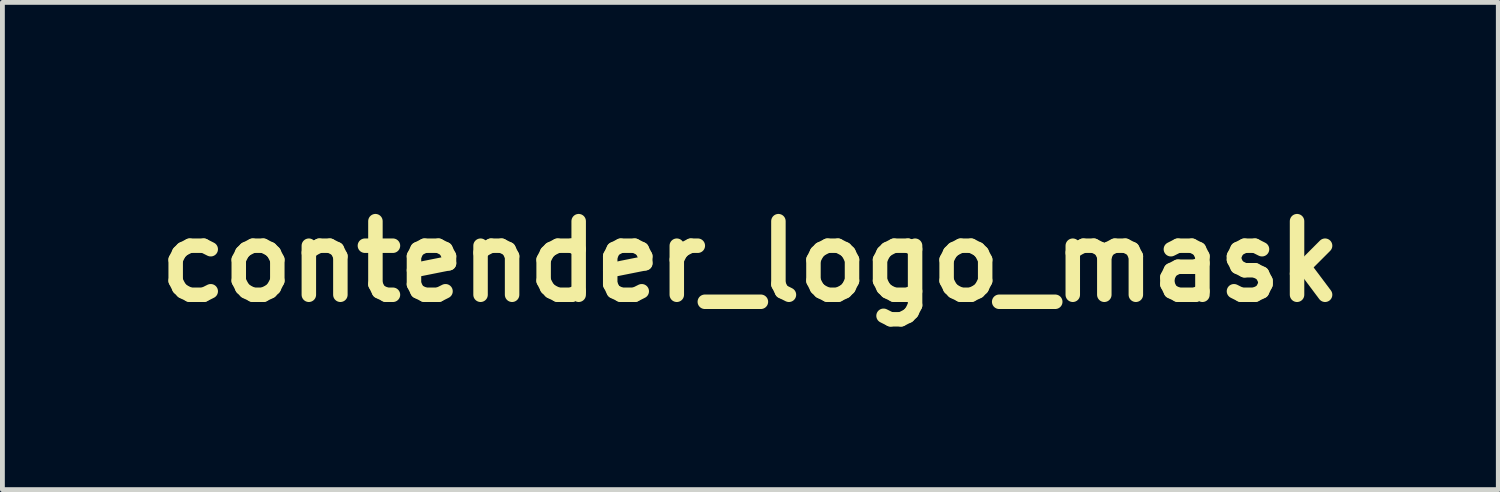
<source format=kicad_pcb>
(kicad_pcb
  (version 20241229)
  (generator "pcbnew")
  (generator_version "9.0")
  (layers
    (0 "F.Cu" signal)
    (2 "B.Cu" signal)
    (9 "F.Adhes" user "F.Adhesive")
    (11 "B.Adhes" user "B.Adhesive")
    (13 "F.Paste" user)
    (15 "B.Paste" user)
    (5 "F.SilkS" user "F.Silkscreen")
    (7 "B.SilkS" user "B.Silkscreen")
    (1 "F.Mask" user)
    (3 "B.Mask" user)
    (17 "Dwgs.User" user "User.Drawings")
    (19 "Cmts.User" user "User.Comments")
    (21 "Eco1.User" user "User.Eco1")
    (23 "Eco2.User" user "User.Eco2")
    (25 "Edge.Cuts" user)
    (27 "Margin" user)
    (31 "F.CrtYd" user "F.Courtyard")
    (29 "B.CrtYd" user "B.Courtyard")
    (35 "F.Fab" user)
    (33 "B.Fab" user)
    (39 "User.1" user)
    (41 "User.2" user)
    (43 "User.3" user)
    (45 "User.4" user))
  (footprint "contender_logo_mask"
    (layer "F.Cu")
    (at 12.49 2.365)
    (property "Reference" "contender_logo_mask" (at 0 0 0) (layer "F.SilkS") (effects (font (size 1.524 1.524) (thickness 0.3))))
    (attr through_hole)
    (fp_poly (pts (xy 8.06 -1.285) (xy 8.158 -1.266) (xy 8.257 -1.232) (xy 8.354 -1.183) (xy 8.446 -1.122) (xy 8.53 -1.052) (xy 8.602 -0.973) (xy 8.639 -0.92) (xy 8.683 -0.836) (xy 8.712 -0.741) (xy 8.727 -0.64) (xy 8.727 -0.535) (xy 8.717 -0.456) (xy 8.69 -0.344) (xy 8.651 -0.229) (xy 8.602 -0.114) (xy 8.545 -0.002) (xy 8.481 0.106) (xy 8.411 0.207) (xy 8.337 0.299) (xy 8.261 0.379) (xy 8.183 0.445) (xy 8.106 0.494) (xy 8.104 0.495) (xy 7.983 0.55) (xy 7.849 0.595) (xy 7.704 0.63) (xy 7.55 0.654) (xy 7.391 0.666) (xy 7.302 0.668) (xy 7.16 0.663) (xy 7.031 0.649) (xy 6.915 0.625) (xy 6.808 0.59) (xy 6.748 0.565) (xy 6.671 0.528) (xy 6.661 0.558) (xy 6.646 0.625) (xy 6.645 0.682) (xy 6.661 0.729) (xy 6.692 0.767) (xy 6.741 0.799) (xy 6.8 0.822) (xy 6.931 0.856) (xy 7.071 0.878) (xy 7.214 0.889) (xy 7.354 0.886) (xy 7.379 0.884) (xy 7.498 0.871) (xy 7.613 0.852) (xy 7.727 0.825) (xy 7.846 0.791) (xy 7.973 0.747) (xy 8.068 0.71) (xy 8.123 0.688) (xy 8.176 0.668) (xy 8.224 0.651) (xy 8.262 0.639) (xy 8.279 0.634) (xy 8.33 0.625) (xy 8.378 0.623) (xy 8.418 0.629) (xy 8.446 0.642) (xy 8.447 0.643) (xy 8.452 0.647) (xy 8.457 0.648) (xy 8.463 0.642) (xy 8.47 0.63) (xy 8.48 0.608) (xy 8.492 0.574) (xy 8.508 0.528) (xy 8.529 0.467) (xy 8.545 0.421) (xy 8.624 0.196) (xy 8.704 -0.021) (xy 8.786 -0.227) (xy 8.868 -0.421) (xy 8.95 -0.601) (xy 9.032 -0.767) (xy 9.112 -0.916) (xy 9.157 -0.995) (xy 9.218 -1.088) (xy 9.278 -1.162) (xy 9.339 -1.218) (xy 9.401 -1.256) (xy 9.464 -1.275) (xy 9.528 -1.278) (xy 9.594 -1.262) (xy 9.599 -1.26) (xy 9.652 -1.233) (xy 9.706 -1.189) (xy 9.759 -1.134) (xy 9.809 -1.069) (xy 9.853 -0.997) (xy 9.889 -0.923) (xy 9.897 -0.9) (xy 9.908 -0.87) (xy 9.917 -0.848) (xy 9.921 -0.839) (xy 9.928 -0.843) (xy 9.948 -0.856) (xy 9.975 -0.875) (xy 9.985 -0.883) (xy 10.073 -0.941) (xy 10.16 -0.986) (xy 10.244 -1.016) (xy 10.323 -1.031) (xy 10.384 -1.031) (xy 10.471 -1.013) (xy 10.555 -0.978) (xy 10.633 -0.929) (xy 10.705 -0.867) (xy 10.768 -0.794) (xy 10.821 -0.712) (xy 10.862 -0.623) (xy 10.889 -0.53) (xy 10.901 -0.442) (xy 10.899 -0.366) (xy 10.887 -0.304) (xy 10.863 -0.251) (xy 10.826 -0.206) (xy 10.779 -0.17) (xy 10.726 -0.149) (xy 10.667 -0.143) (xy 10.599 -0.153) (xy 10.571 -0.16) (xy 10.519 -0.167) (xy 10.456 -0.159) (xy 10.381 -0.139) (xy 10.297 -0.105) (xy 10.279 -0.096) (xy 10.151 -0.026) (xy 10.02 0.062) (xy 9.887 0.169) (xy 9.753 0.294) (xy 9.616 0.437) (xy 9.479 0.597) (xy 9.339 0.775) (xy 9.199 0.971) (xy 9.151 1.041) (xy 9.12 1.087) (xy 9.097 1.123) (xy 9.078 1.155) (xy 9.063 1.185) (xy 9.049 1.219) (xy 9.034 1.259) (xy 9.017 1.311) (xy 9.003 1.356) (xy 8.976 1.436) (xy 8.953 1.499) (xy 8.932 1.549) (xy 8.911 1.588) (xy 8.89 1.618) (xy 8.867 1.641) (xy 8.849 1.655) (xy 8.81 1.679) (xy 8.775 1.691) (xy 8.737 1.695) (xy 8.728 1.695) (xy 8.676 1.685) (xy 8.624 1.658) (xy 8.574 1.617) (xy 8.528 1.562) (xy 8.486 1.496) (xy 8.449 1.42) (xy 8.419 1.337) (xy 8.398 1.249) (xy 8.385 1.156) (xy 8.384 1.143) (xy 8.377 1.05) (xy 8.328 1.116) (xy 8.254 1.204) (xy 8.166 1.285) (xy 8.063 1.362) (xy 7.943 1.434) (xy 7.85 1.482) (xy 7.676 1.558) (xy 7.491 1.621) (xy 7.301 1.671) (xy 7.154 1.699) (xy 7.118 1.703) (xy 7.068 1.707) (xy 7.01 1.711) (xy 6.946 1.714) (xy 6.881 1.717) (xy 6.818 1.718) (xy 6.761 1.719) (xy 6.715 1.718) (xy 6.682 1.717) (xy 6.675 1.716) (xy 6.528 1.687) (xy 6.396 1.649) (xy 6.279 1.601) (xy 6.178 1.543) (xy 6.092 1.476) (xy 6.023 1.4) (xy 5.969 1.314) (xy 5.932 1.22) (xy 5.921 1.176) (xy 5.912 1.111) (xy 5.911 1.032) (xy 5.915 0.939) (xy 5.926 0.836) (xy 5.944 0.724) (xy 5.965 0.613) (xy 5.999 0.483) (xy 6.044 0.344) (xy 6.098 0.203) (xy 6.161 0.064) (xy 6.228 -0.069) (xy 6.232 -0.075) (xy 7.263 -0.075) (xy 7.271 -0.067) (xy 7.295 -0.062) (xy 7.331 -0.058) (xy 7.376 -0.057) (xy 7.425 -0.057) (xy 7.476 -0.06) (xy 7.526 -0.065) (xy 7.57 -0.071) (xy 7.589 -0.075) (xy 7.685 -0.106) (xy 7.776 -0.152) (xy 7.858 -0.21) (xy 7.93 -0.279) (xy 7.987 -0.354) (xy 8.001 -0.379) (xy 8.027 -0.426) (xy 7.981 -0.419) (xy 7.889 -0.401) (xy 7.787 -0.373) (xy 7.683 -0.337) (xy 7.581 -0.295) (xy 7.487 -0.248) (xy 7.454 -0.23) (xy 7.416 -0.206) (xy 7.376 -0.178) (xy 7.337 -0.149) (xy 7.304 -0.121) (xy 7.279 -0.098) (xy 7.265 -0.08) (xy 7.263 -0.075) (xy 6.232 -0.075) (xy 6.299 -0.189) (xy 6.317 -0.216) (xy 6.432 -0.374) (xy 6.559 -0.524) (xy 6.696 -0.665) (xy 6.843 -0.795) (xy 6.997 -0.912) (xy 7.156 -1.016) (xy 7.319 -1.104) (xy 7.483 -1.176) (xy 7.559 -1.203) (xy 7.658 -1.233) (xy 7.758 -1.256) (xy 7.854 -1.274) (xy 7.943 -1.284) (xy 8.021 -1.287) (xy 8.06 -1.285)) (stroke (width 0.01) (type solid)) (fill yes) (layer "F.Mask"))
    (fp_poly (pts (xy 6.593 -2.35) (xy 6.655 -2.322) (xy 6.688 -2.3) (xy 6.747 -2.246) (xy 6.803 -2.178) (xy 6.852 -2.097) (xy 6.895 -2.008) (xy 6.928 -1.914) (xy 6.95 -1.819) (xy 6.958 -1.749) (xy 6.961 -1.702) (xy 6.959 -1.662) (xy 6.953 -1.625) (xy 6.94 -1.587) (xy 6.92 -1.546) (xy 6.892 -1.498) (xy 6.853 -1.438) (xy 6.849 -1.432) (xy 6.736 -1.255) (xy 6.621 -1.061) (xy 6.503 -0.852) (xy 6.385 -0.631) (xy 6.267 -0.398) (xy 6.15 -0.156) (xy 6.035 0.094) (xy 5.949 0.289) (xy 5.873 0.47) (xy 5.807 0.641) (xy 5.749 0.807) (xy 5.698 0.972) (xy 5.652 1.142) (xy 5.62 1.273) (xy 5.602 1.349) (xy 5.585 1.409) (xy 5.569 1.456) (xy 5.554 1.492) (xy 5.537 1.52) (xy 5.517 1.543) (xy 5.504 1.555) (xy 5.455 1.584) (xy 5.4 1.597) (xy 5.339 1.594) (xy 5.274 1.575) (xy 5.208 1.541) (xy 5.141 1.492) (xy 5.114 1.467) (xy 5.078 1.43) (xy 5.042 1.389) (xy 5.012 1.349) (xy 5.005 1.339) (xy 4.963 1.275) (xy 4.84 1.349) (xy 4.681 1.439) (xy 4.529 1.512) (xy 4.382 1.569) (xy 4.239 1.61) (xy 4.1 1.635) (xy 4.036 1.642) (xy 3.936 1.64) (xy 3.838 1.621) (xy 3.742 1.586) (xy 3.651 1.536) (xy 3.567 1.473) (xy 3.491 1.397) (xy 3.426 1.311) (xy 3.372 1.215) (xy 3.343 1.143) (xy 3.332 1.108) (xy 3.324 1.079) (xy 3.32 1.048) (xy 3.318 1.011) (xy 3.317 0.962) (xy 3.317 0.95) (xy 3.326 0.817) (xy 3.34 0.736) (xy 4.065 0.736) (xy 4.068 0.749) (xy 4.077 0.759) (xy 4.083 0.764) (xy 4.101 0.774) (xy 4.126 0.778) (xy 4.159 0.775) (xy 4.204 0.766) (xy 4.261 0.75) (xy 4.304 0.737) (xy 4.401 0.702) (xy 4.49 0.661) (xy 4.578 0.612) (xy 4.614 0.589) (xy 4.69 0.535) (xy 4.77 0.472) (xy 4.849 0.402) (xy 4.924 0.33) (xy 4.991 0.259) (xy 5.045 0.192) (xy 5.048 0.188) (xy 5.078 0.146) (xy 5.103 0.106) (xy 5.123 0.07) (xy 5.137 0.041) (xy 5.141 0.023) (xy 5.14 0.019) (xy 5.118 0.007) (xy 5.083 -0.006) (xy 5.038 -0.017) (xy 4.989 -0.025) (xy 4.94 -0.03) (xy 4.915 -0.031) (xy 4.873 -0.03) (xy 4.84 -0.027) (xy 4.81 -0.02) (xy 4.775 -0.008) (xy 4.746 0.004) (xy 4.62 0.063) (xy 4.504 0.13) (xy 4.399 0.206) (xy 4.306 0.287) (xy 4.226 0.374) (xy 4.161 0.464) (xy 4.111 0.557) (xy 4.079 0.651) (xy 4.072 0.681) (xy 4.066 0.715) (xy 4.065 0.736) (xy 3.34 0.736) (xy 3.35 0.681) (xy 3.381 0.569) (xy 3.391 0.536) (xy 3.398 0.511) (xy 3.399 0.499) (xy 3.399 0.499) (xy 3.394 0.507) (xy 3.382 0.529) (xy 3.365 0.562) (xy 3.345 0.603) (xy 3.335 0.623) (xy 3.285 0.73) (xy 3.243 0.824) (xy 3.208 0.908) (xy 3.177 0.987) (xy 3.151 1.063) (xy 3.128 1.141) (xy 3.105 1.223) (xy 3.083 1.313) (xy 3.082 1.321) (xy 3.061 1.406) (xy 3.042 1.475) (xy 3.023 1.529) (xy 3.004 1.572) (xy 2.983 1.605) (xy 2.96 1.63) (xy 2.932 1.65) (xy 2.91 1.661) (xy 2.875 1.677) (xy 2.844 1.683) (xy 2.807 1.682) (xy 2.806 1.682) (xy 2.757 1.675) (xy 2.714 1.659) (xy 2.672 1.632) (xy 2.626 1.592) (xy 2.614 1.581) (xy 2.577 1.54) (xy 2.546 1.498) (xy 2.517 1.447) (xy 2.508 1.43) (xy 2.48 1.368) (xy 2.458 1.313) (xy 2.443 1.261) (xy 2.432 1.205) (xy 2.426 1.143) (xy 2.424 1.069) (xy 2.423 1.021) (xy 2.423 0.957) (xy 2.424 0.907) (xy 2.427 0.868) (xy 2.43 0.836) (xy 2.436 0.806) (xy 2.444 0.775) (xy 2.445 0.771) (xy 2.468 0.694) (xy 2.5 0.604) (xy 2.54 0.502) (xy 2.585 0.393) (xy 2.636 0.278) (xy 2.691 0.161) (xy 2.737 0.067) (xy 2.759 0.021) (xy 2.778 -0.018) (xy 2.792 -0.049) (xy 2.8 -0.067) (xy 2.801 -0.072) (xy 2.792 -0.068) (xy 2.772 -0.053) (xy 2.742 -0.029) (xy 2.706 0.002) (xy 2.665 0.039) (xy 2.622 0.078) (xy 2.578 0.119) (xy 2.537 0.16) (xy 2.499 0.197) (xy 2.488 0.208) (xy 2.382 0.322) (xy 2.277 0.441) (xy 2.17 0.568) (xy 2.061 0.707) (xy 1.955 0.847) (xy 1.92 0.894) (xy 1.881 0.948) (xy 1.84 1.006) (xy 1.798 1.067) (xy 1.756 1.127) (xy 1.716 1.186) (xy 1.679 1.241) (xy 1.646 1.289) (xy 1.62 1.33) (xy 1.601 1.36) (xy 1.591 1.379) (xy 1.59 1.382) (xy 1.584 1.403) (xy 1.57 1.434) (xy 1.549 1.469) (xy 1.525 1.506) (xy 1.501 1.537) (xy 1.487 1.553) (xy 1.44 1.59) (xy 1.388 1.614) (xy 1.337 1.624) (xy 1.308 1.622) (xy 1.244 1.601) (xy 1.182 1.563) (xy 1.124 1.51) (xy 1.07 1.445) (xy 1.024 1.368) (xy 0.985 1.282) (xy 0.956 1.189) (xy 0.94 1.111) (xy 0.928 1.036) (xy 0.884 1.099) (xy 0.824 1.175) (xy 0.756 1.245) (xy 0.679 1.311) (xy 0.589 1.373) (xy 0.485 1.434) (xy 0.372 1.492) (xy 0.23 1.554) (xy 0.081 1.606) (xy -0.072 1.65) (xy -0.227 1.683) (xy -0.381 1.707) (xy -0.531 1.719) (xy -0.674 1.721) (xy -0.807 1.71) (xy -0.856 1.703) (xy -0.992 1.672) (xy -1.115 1.63) (xy -1.223 1.579) (xy -1.317 1.517) (xy -1.396 1.445) (xy -1.459 1.364) (xy -1.506 1.275) (xy -1.53 1.202) (xy -1.538 1.161) (xy -1.543 1.108) (xy -1.545 1.047) (xy -1.545 0.986) (xy -1.542 0.93) (xy -1.539 0.902) (xy -1.533 0.861) (xy -1.563 0.898) (xy -1.59 0.93) (xy -1.629 0.971) (xy -1.676 1.019) (xy -1.729 1.071) (xy -1.784 1.123) (xy -1.838 1.174) (xy -1.889 1.22) (xy -1.934 1.259) (xy -1.952 1.273) (xy -2.046 1.346) (xy -2.143 1.414) (xy -2.238 1.477) (xy -2.329 1.532) (xy -2.415 1.578) (xy -2.491 1.613) (xy -2.531 1.628) (xy -2.613 1.646) (xy -2.701 1.649) (xy -2.791 1.636) (xy -2.882 1.609) (xy -2.972 1.57) (xy -3.057 1.518) (xy -3.137 1.456) (xy -3.209 1.384) (xy -3.27 1.304) (xy -3.31 1.236) (xy -3.339 1.172) (xy -3.358 1.115) (xy -3.37 1.056) (xy -3.375 0.997) (xy -3.376 0.955) (xy -3.375 0.92) (xy -3.371 0.886) (xy -3.363 0.847) (xy -3.351 0.8) (xy -3.316 0.682) (xy -3.274 0.553) (xy -3.224 0.416) (xy -3.168 0.273) (xy -3.108 0.13) (xy -3.045 -0.01) (xy -2.981 -0.144) (xy -2.972 -0.161) (xy -2.956 -0.194) (xy -2.943 -0.221) (xy -2.936 -0.236) (xy -2.935 -0.239) (xy -2.943 -0.245) (xy -2.962 -0.258) (xy -2.98 -0.269) (xy -3.015 -0.291) (xy -3.052 -0.317) (xy -3.065 -0.327) (xy -3.09 -0.346) (xy -3.105 -0.352) (xy -3.113 -0.349) (xy -3.115 -0.347) (xy -3.122 -0.331) (xy -3.123 -0.325) (xy -3.128 -0.315) (xy -3.142 -0.292) (xy -3.163 -0.258) (xy -3.189 -0.217) (xy -3.216 -0.175) (xy -3.317 -0.013) (xy -3.419 0.163) (xy -3.521 0.35) (xy -3.619 0.545) (xy -3.713 0.743) (xy -3.713 0.743) (xy -3.752 0.831) (xy -3.784 0.908) (xy -3.812 0.979) (xy -3.837 1.05) (xy -3.86 1.126) (xy -3.883 1.211) (xy -3.904 1.294) (xy -3.924 1.371) (xy -3.94 1.433) (xy -3.953 1.482) (xy -3.965 1.519) (xy -3.976 1.548) (xy -3.987 1.57) (xy -3.999 1.589) (xy -4.012 1.606) (xy -4.021 1.616) (xy -4.067 1.654) (xy -4.121 1.676) (xy -4.18 1.683) (xy -4.24 1.675) (xy -4.293 1.652) (xy -4.34 1.618) (xy -4.388 1.571) (xy -4.433 1.515) (xy -4.472 1.455) (xy -4.487 1.427) (xy -4.535 1.306) (xy -4.565 1.18) (xy -4.577 1.049) (xy -4.571 0.914) (xy -4.547 0.776) (xy -4.543 0.758) (xy -4.527 0.705) (xy -4.504 0.638) (xy -4.475 0.56) (xy -4.441 0.474) (xy -4.403 0.383) (xy -4.362 0.29) (xy -4.32 0.198) (xy -4.278 0.109) (xy -4.237 0.027) (xy -4.234 0.022) (xy -4.216 -0.016) (xy -4.201 -0.046) (xy -4.192 -0.066) (xy -4.19 -0.073) (xy -4.2 -0.07) (xy -4.222 -0.055) (xy -4.252 -0.029) (xy -4.291 0.006) (xy -4.337 0.049) (xy -4.388 0.098) (xy -4.442 0.151) (xy -4.498 0.208) (xy -4.554 0.266) (xy -4.609 0.324) (xy -4.662 0.381) (xy -4.71 0.435) (xy -4.753 0.484) (xy -4.761 0.494) (xy -4.818 0.563) (xy -4.878 0.64) (xy -4.941 0.72) (xy -5.004 0.804) (xy -5.067 0.889) (xy -5.129 0.974) (xy -5.188 1.056) (xy -5.242 1.134) (xy -5.292 1.206) (xy -5.334 1.271) (xy -5.369 1.326) (xy -5.394 1.37) (xy -5.409 1.4) (xy -5.445 1.475) (xy -5.488 1.535) (xy -5.538 1.58) (xy -5.592 1.609) (xy -5.649 1.621) (xy -5.708 1.615) (xy -5.754 1.599) (xy -5.794 1.574) (xy -5.839 1.536) (xy -5.884 1.491) (xy -5.925 1.442) (xy -5.958 1.393) (xy -5.966 1.378) (xy -5.986 1.336) (xy -6.007 1.286) (xy -6.025 1.238) (xy -6.026 1.232) (xy -6.037 1.198) (xy -6.044 1.169) (xy -6.049 1.139) (xy -6.052 1.103) (xy -6.053 1.057) (xy -6.053 1.016) (xy -6.053 0.957) (xy -6.051 0.912) (xy -6.048 0.876) (xy -6.042 0.843) (xy -6.033 0.81) (xy -6.032 0.807) (xy -6.023 0.772) (xy -6.015 0.745) (xy -6.012 0.73) (xy -6.011 0.728) (xy -6.016 0.733) (xy -6.03 0.751) (xy -6.051 0.779) (xy -6.077 0.815) (xy -6.087 0.829) (xy -6.198 0.976) (xy -6.308 1.105) (xy -6.417 1.218) (xy -6.529 1.315) (xy -6.644 1.397) (xy -6.763 1.465) (xy -6.888 1.52) (xy -7.021 1.562) (xy -7.163 1.594) (xy -7.316 1.614) (xy -7.363 1.619) (xy -7.489 1.624) (xy -7.605 1.619) (xy -7.716 1.602) (xy -7.826 1.572) (xy -7.865 1.559) (xy -8.01 1.499) (xy -8.144 1.424) (xy -8.268 1.336) (xy -8.378 1.236) (xy -8.474 1.123) (xy -8.518 1.061) (xy -8.537 1.034) (xy -8.551 1.014) (xy -8.557 1.007) (xy -8.558 1.007) (xy -8.566 1.012) (xy -8.585 1.027) (xy -8.612 1.049) (xy -8.629 1.062) (xy -8.736 1.142) (xy -8.859 1.219) (xy -8.995 1.293) (xy -9.142 1.364) (xy -9.297 1.429) (xy -9.457 1.487) (xy -9.62 1.538) (xy -9.783 1.58) (xy -9.906 1.605) (xy -9.964 1.613) (xy -10.031 1.619) (xy -10.103 1.622) (xy -10.176 1.623) (xy -10.245 1.621) (xy -10.306 1.616) (xy -10.354 1.609) (xy -10.367 1.606) (xy -10.471 1.569) (xy -10.565 1.518) (xy -10.647 1.452) (xy -10.719 1.371) (xy -10.78 1.275) (xy -10.832 1.163) (xy -10.873 1.036) (xy -10.881 1.003) (xy -10.888 0.974) (xy -10.892 0.945) (xy -10.895 0.912) (xy -10.897 0.871) (xy -10.897 0.819) (xy -10.897 0.757) (xy -10.897 0.692) (xy -10.897 0.642) (xy -10.895 0.602) (xy -10.892 0.57) (xy -10.888 0.54) (xy -10.881 0.509) (xy -10.872 0.473) (xy -10.868 0.46) (xy -10.828 0.327) (xy -10.78 0.203) (xy -10.723 0.084) (xy -10.655 -0.032) (xy -10.574 -0.147) (xy -10.48 -0.263) (xy -10.37 -0.385) (xy -10.35 -0.406) (xy -10.235 -0.52) (xy -10.114 -0.631) (xy -9.989 -0.738) (xy -9.862 -0.839) (xy -9.734 -0.933) (xy -9.608 -1.018) (xy -9.485 -1.094) (xy -9.368 -1.158) (xy -9.259 -1.209) (xy -9.174 -1.242) (xy -9.066 -1.271) (xy -8.966 -1.284) (xy -8.875 -1.281) (xy -8.792 -1.261) (xy -8.719 -1.226) (xy -8.655 -1.174) (xy -8.601 -1.107) (xy -8.578 -1.067) (xy -8.554 -1.015) (xy -8.529 -0.949) (xy -8.505 -0.873) (xy -8.482 -0.791) (xy -8.463 -0.708) (xy -8.457 -0.681) (xy -8.445 -0.611) (xy -8.437 -0.533) (xy -8.432 -0.453) (xy -8.43 -0.375) (xy -8.433 -0.305) (xy -8.439 -0.246) (xy -8.442 -0.227) (xy -8.466 -0.143) (xy -8.499 -0.073) (xy -8.541 -0.016) (xy -8.589 0.025) (xy -8.645 0.05) (xy -8.703 0.058) (xy -8.758 0.051) (xy -8.807 0.032) (xy -8.851 -0.002) (xy -8.893 -0.052) (xy -8.933 -0.119) (xy -8.952 -0.156) (xy -8.98 -0.212) (xy -9.003 -0.252) (xy -9.024 -0.278) (xy -9.046 -0.293) (xy -9.07 -0.298) (xy -9.097 -0.296) (xy -9.128 -0.289) (xy -9.168 -0.278) (xy -9.2 -0.267) (xy -9.273 -0.235) (xy -9.356 -0.19) (xy -9.447 -0.135) (xy -9.543 -0.072) (xy -9.641 -0.001) (xy -9.74 0.074) (xy -9.836 0.153) (xy -9.928 0.234) (xy -10.012 0.314) (xy -10.087 0.391) (xy -10.094 0.399) (xy -10.144 0.456) (xy -10.181 0.504) (xy -10.208 0.546) (xy -10.225 0.584) (xy -10.236 0.623) (xy -10.237 0.627) (xy -10.242 0.672) (xy -10.237 0.706) (xy -10.222 0.731) (xy -10.194 0.748) (xy -10.151 0.758) (xy -10.093 0.762) (xy -10.056 0.763) (xy -9.94 0.757) (xy -9.812 0.741) (xy -9.674 0.716) (xy -9.67 0.716) (xy -7.883 0.716) (xy -7.881 0.741) (xy -7.875 0.761) (xy -7.863 0.78) (xy -7.863 0.781) (xy -7.841 0.806) (xy -7.81 0.828) (xy -7.799 0.835) (xy -7.758 0.848) (xy -7.704 0.855) (xy -7.641 0.856) (xy -7.574 0.851) (xy -7.507 0.839) (xy -7.502 0.838) (xy -7.374 0.799) (xy -7.247 0.744) (xy -7.122 0.676) (xy -7.002 0.596) (xy -6.89 0.506) (xy -6.788 0.408) (xy -6.699 0.303) (xy -6.625 0.195) (xy -6.591 0.134) (xy -6.563 0.071) (xy -6.539 0.001) (xy -6.519 -0.073) (xy -6.504 -0.146) (xy -6.496 -0.213) (xy -6.494 -0.271) (xy -6.498 -0.306) (xy -6.508 -0.333) (xy -6.527 -0.35) (xy -6.556 -0.36) (xy -6.598 -0.362) (xy -6.656 -0.358) (xy -6.66 -0.358) (xy -6.754 -0.341) (xy -6.856 -0.31) (xy -6.963 -0.265) (xy -7.073 -0.209) (xy -7.185 -0.143) (xy -7.295 -0.069) (xy -7.402 0.012) (xy -7.503 0.099) (xy -7.596 0.189) (xy -7.68 0.282) (xy -7.75 0.376) (xy -7.757 0.386) (xy -7.802 0.457) (xy -7.836 0.519) (xy -7.86 0.573) (xy -7.874 0.624) (xy -7.881 0.674) (xy -7.881 0.677) (xy -7.883 0.716) (xy -9.67 0.716) (xy -9.529 0.682) (xy -9.382 0.641) (xy -9.233 0.591) (xy -9.125 0.551) (xy -8.983 0.496) (xy -8.855 0.452) (xy -8.742 0.417) (xy -8.67 0.399) (xy -8.635 0.39) (xy -8.609 0.381) (xy -8.594 0.373) (xy -8.593 0.372) (xy -8.562 0.278) (xy -8.524 0.178) (xy -8.479 0.076) (xy -8.431 -0.023) (xy -8.381 -0.116) (xy -8.332 -0.199) (xy -8.29 -0.259) (xy -8.211 -0.355) (xy -8.117 -0.455) (xy -8.01 -0.555) (xy -7.892 -0.655) (xy -7.767 -0.752) (xy -7.638 -0.844) (xy -7.505 -0.929) (xy -7.373 -1.005) (xy -7.314 -1.035) (xy -7.183 -1.097) (xy -7.062 -1.146) (xy -6.949 -1.18) (xy -6.843 -1.202) (xy -6.74 -1.211) (xy -6.64 -1.207) (xy -6.54 -1.192) (xy -6.511 -1.185) (xy -6.386 -1.147) (xy -6.273 -1.094) (xy -6.172 -1.028) (xy -6.082 -0.948) (xy -6.005 -0.853) (xy -5.938 -0.743) (xy -5.883 -0.619) (xy -5.838 -0.48) (xy -5.805 -0.325) (xy -5.804 -0.32) (xy -5.795 -0.263) (xy -5.787 -0.197) (xy -5.781 -0.132) (xy -5.779 -0.096) (xy -5.773 0.02) (xy -5.705 -0.148) (xy -5.654 -0.272) (xy -5.599 -0.399) (xy -5.542 -0.525) (xy -5.484 -0.647) (xy -5.428 -0.763) (xy -5.374 -0.869) (xy -5.324 -0.963) (xy -5.292 -1.019) (xy -5.254 -1.076) (xy -5.209 -1.132) (xy -5.161 -1.182) (xy -5.114 -1.223) (xy -5.079 -1.246) (xy -5.015 -1.271) (xy -4.948 -1.279) (xy -4.883 -1.27) (xy -4.85 -1.257) (xy -4.788 -1.223) (xy -4.735 -1.181) (xy -4.686 -1.126) (xy -4.681 -1.119) (xy -4.622 -1.025) (xy -4.579 -0.924) (xy -4.553 -0.818) (xy -4.547 -0.769) (xy -4.544 -0.735) (xy -4.54 -0.709) (xy -4.537 -0.697) (xy -4.536 -0.696) (xy -4.528 -0.702) (xy -4.509 -0.719) (xy -4.482 -0.745) (xy -4.448 -0.777) (xy -4.427 -0.798) (xy -4.316 -0.901) (xy -4.209 -0.99) (xy -4.106 -1.065) (xy -4.01 -1.125) (xy -3.92 -1.17) (xy -3.837 -1.199) (xy -3.763 -1.213) (xy -3.74 -1.214) (xy -3.658 -1.204) (xy -3.574 -1.178) (xy -3.489 -1.134) (xy -3.406 -1.074) (xy -3.325 -0.999) (xy -3.248 -0.91) (xy -3.238 -0.897) (xy -3.224 -0.88) (xy -3.216 -0.877) (xy -3.208 -0.886) (xy -3.207 -0.889) (xy -3.194 -0.906) (xy -3.173 -0.929) (xy -3.156 -0.947) (xy -3.128 -0.97) (xy -3.101 -0.986) (xy -3.065 -0.997) (xy -3.05 -1.001) (xy -2.979 -1.015) (xy -2.892 -1.03) (xy -2.796 -1.045) (xy -2.693 -1.059) (xy -2.609 -1.068) (xy -2.456 -1.085) (xy -2.369 -1.222) (xy -2.313 -1.311) (xy -2.255 -1.401) (xy -2.197 -1.492) (xy -2.139 -1.582) (xy -2.082 -1.669) (xy -2.029 -1.752) (xy -1.978 -1.829) (xy -1.932 -1.898) (xy -1.892 -1.959) (xy -1.858 -2.009) (xy -1.832 -2.047) (xy -1.815 -2.071) (xy -1.811 -2.077) (xy -1.76 -2.132) (xy -1.708 -2.177) (xy -1.658 -2.209) (xy -1.651 -2.212) (xy -1.595 -2.228) (xy -1.534 -2.228) (xy -1.472 -2.214) (xy -1.414 -2.185) (xy -1.377 -2.157) (xy -1.32 -2.094) (xy -1.268 -2.016) (xy -1.223 -1.926) (xy -1.186 -1.827) (xy -1.16 -1.723) (xy -1.148 -1.645) (xy -1.143 -1.555) (xy -1.15 -1.478) (xy -1.17 -1.41) (xy -1.203 -1.349) (xy -1.23 -1.315) (xy -1.257 -1.283) (xy -1.287 -1.246) (xy -1.318 -1.207) (xy -1.347 -1.169) (xy -1.373 -1.134) (xy -1.394 -1.105) (xy -1.407 -1.085) (xy -1.41 -1.078) (xy -1.4 -1.074) (xy -1.376 -1.067) (xy -1.343 -1.058) (xy -1.329 -1.054) (xy -1.217 -1.022) (xy -1.116 -0.986) (xy -1.028 -0.946) (xy -0.955 -0.904) (xy -0.898 -0.86) (xy -0.858 -0.815) (xy -0.855 -0.81) (xy -0.832 -0.76) (xy -0.828 -0.711) (xy -0.841 -0.664) (xy -0.873 -0.619) (xy -0.921 -0.579) (xy -0.983 -0.544) (xy -1.01 -0.533) (xy -1.04 -0.521) (xy -1.075 -0.511) (xy -1.117 -0.5) (xy -1.167 -0.488) (xy -1.229 -0.475) (xy -1.304 -0.461) (xy -1.394 -0.444) (xy -1.458 -0.433) (xy -1.561 -0.415) (xy -1.647 -0.399) (xy -1.718 -0.386) (xy -1.774 -0.376) (xy -1.817 -0.367) (xy -1.849 -0.361) (xy -1.87 -0.355) (xy -1.883 -0.352) (xy -1.888 -0.349) (xy -1.895 -0.34) (xy -1.91 -0.317) (xy -1.934 -0.281) (xy -1.963 -0.235) (xy -1.997 -0.181) (xy -2.035 -0.12) (xy -2.069 -0.066) (xy -2.113 0.006) (xy -2.158 0.078) (xy -2.201 0.148) (xy -2.241 0.212) (xy -2.276 0.268) (xy -2.303 0.312) (xy -2.314 0.329) (xy -2.36 0.404) (xy -2.397 0.466) (xy -2.425 0.517) (xy -2.447 0.561) (xy -2.464 0.601) (xy -2.473 0.628) (xy -2.488 0.68) (xy -2.493 0.719) (xy -2.487 0.75) (xy -2.47 0.776) (xy -2.464 0.783) (xy -2.445 0.8) (xy -2.427 0.808) (xy -2.402 0.807) (xy -2.391 0.806) (xy -2.36 0.801) (xy -2.327 0.793) (xy -2.289 0.781) (xy -2.244 0.764) (xy -2.191 0.741) (xy -2.126 0.711) (xy -2.049 0.674) (xy -1.99 0.645) (xy -1.926 0.613) (xy -1.865 0.584) (xy -1.811 0.558) (xy -1.765 0.537) (xy -1.73 0.522) (xy -1.71 0.514) (xy -1.709 0.513) (xy -1.658 0.502) (xy -1.602 0.499) (xy -1.548 0.504) (xy -1.514 0.514) (xy -1.491 0.522) (xy -1.476 0.526) (xy -1.473 0.526) (xy -1.47 0.516) (xy -1.462 0.492) (xy -1.451 0.458) (xy -1.445 0.437) (xy -1.372 0.231) (xy -1.283 0.033) (xy -1.222 -0.075) (xy -0.198 -0.075) (xy -0.189 -0.068) (xy -0.172 -0.063) (xy -0.137 -0.06) (xy -0.091 -0.058) (xy -0.039 -0.058) (xy 0.013 -0.059) (xy 0.059 -0.062) (xy 0.093 -0.066) (xy 0.096 -0.067) (xy 0.204 -0.097) (xy 0.301 -0.141) (xy 0.389 -0.201) (xy 0.457 -0.264) (xy 0.487 -0.298) (xy 0.515 -0.334) (xy 0.538 -0.367) (xy 0.555 -0.395) (xy 0.562 -0.414) (xy 0.561 -0.42) (xy 0.548 -0.422) (xy 0.521 -0.419) (xy 0.483 -0.412) (xy 0.436 -0.401) (xy 0.385 -0.388) (xy 0.332 -0.374) (xy 0.282 -0.358) (xy 0.281 -0.358) (xy 0.145 -0.305) (xy 0.018 -0.242) (xy -0.047 -0.202) (xy -0.083 -0.178) (xy -0.119 -0.151) (xy -0.151 -0.124) (xy -0.177 -0.1) (xy -0.194 -0.083) (xy -0.198 -0.075) (xy -1.222 -0.075) (xy -1.177 -0.155) (xy -1.055 -0.334) (xy -0.917 -0.504) (xy -0.763 -0.663) (xy -0.635 -0.778) (xy -0.498 -0.886) (xy -0.355 -0.983) (xy -0.208 -1.068) (xy -0.06 -1.139) (xy 0.088 -1.198) (xy 0.235 -1.241) (xy 0.377 -1.27) (xy 0.514 -1.282) (xy 0.541 -1.283) (xy 0.592 -1.283) (xy 0.63 -1.281) (xy 0.661 -1.277) (xy 0.693 -1.269) (xy 0.731 -1.257) (xy 0.743 -1.253) (xy 0.854 -1.207) (xy 0.955 -1.148) (xy 1.044 -1.079) (xy 1.121 -1.001) (xy 1.184 -0.915) (xy 1.231 -0.822) (xy 1.256 -0.748) (xy 1.264 -0.699) (xy 1.269 -0.637) (xy 1.269 -0.57) (xy 1.266 -0.503) (xy 1.258 -0.443) (xy 1.256 -0.431) (xy 1.219 -0.293) (xy 1.165 -0.153) (xy 1.095 -0.013) (xy 1.012 0.125) (xy 0.915 0.258) (xy 0.858 0.327) (xy 0.789 0.396) (xy 0.71 0.456) (xy 0.618 0.509) (xy 0.512 0.555) (xy 0.392 0.595) (xy 0.255 0.629) (xy 0.174 0.645) (xy 0.113 0.653) (xy 0.038 0.66) (xy -0.046 0.664) (xy -0.133 0.666) (xy -0.219 0.666) (xy -0.299 0.663) (xy -0.368 0.658) (xy -0.394 0.654) (xy -0.516 0.63) (xy -0.633 0.595) (xy -0.741 0.551) (xy -0.782 0.529) (xy -0.788 0.535) (xy -0.795 0.554) (xy -0.801 0.583) (xy -0.806 0.617) (xy -0.809 0.65) (xy -0.809 0.66) (xy -0.805 0.703) (xy -0.79 0.739) (xy -0.764 0.769) (xy -0.725 0.794) (xy -0.67 0.817) (xy -0.599 0.838) (xy -0.586 0.841) (xy -0.502 0.86) (xy -0.426 0.874) (xy -0.351 0.882) (xy -0.269 0.886) (xy -0.198 0.887) (xy -0.086 0.884) (xy 0.023 0.875) (xy 0.131 0.858) (xy 0.242 0.833) (xy 0.359 0.8) (xy 0.485 0.758) (xy 0.624 0.705) (xy 0.635 0.701) (xy 0.72 0.668) (xy 0.79 0.645) (xy 0.848 0.63) (xy 0.895 0.623) (xy 0.934 0.624) (xy 0.964 0.631) (xy 1.005 0.646) (xy 1.063 0.467) (xy 1.117 0.307) (xy 1.176 0.142) (xy 1.239 -0.024) (xy 1.306 -0.19) (xy 1.374 -0.353) (xy 1.443 -0.51) (xy 1.512 -0.659) (xy 1.58 -0.797) (xy 1.645 -0.922) (xy 1.696 -1.011) (xy 1.74 -1.078) (xy 1.789 -1.14) (xy 1.841 -1.192) (xy 1.892 -1.233) (xy 1.941 -1.259) (xy 1.943 -1.26) (xy 2.011 -1.277) (xy 2.078 -1.276) (xy 2.143 -1.257) (xy 2.207 -1.22) (xy 2.268 -1.167) (xy 2.321 -1.103) (xy 2.368 -1.027) (xy 2.405 -0.944) (xy 2.432 -0.86) (xy 2.445 -0.779) (xy 2.446 -0.75) (xy 2.447 -0.721) (xy 2.449 -0.701) (xy 2.452 -0.696) (xy 2.46 -0.702) (xy 2.479 -0.719) (xy 2.508 -0.745) (xy 2.542 -0.777) (xy 2.562 -0.796) (xy 2.683 -0.906) (xy 2.797 -0.999) (xy 2.903 -1.076) (xy 3.002 -1.136) (xy 3.094 -1.179) (xy 3.178 -1.205) (xy 3.254 -1.214) (xy 3.255 -1.214) (xy 3.333 -1.205) (xy 3.414 -1.179) (xy 3.494 -1.138) (xy 3.573 -1.084) (xy 3.648 -1.018) (xy 3.718 -0.942) (xy 3.779 -0.857) (xy 3.824 -0.776) (xy 3.86 -0.696) (xy 3.883 -0.62) (xy 3.898 -0.538) (xy 3.902 -0.51) (xy 3.909 -0.442) (xy 3.951 -0.495) (xy 4.015 -0.567) (xy 4.093 -0.641) (xy 4.18 -0.713) (xy 4.272 -0.78) (xy 4.365 -0.839) (xy 4.43 -0.874) (xy 4.508 -0.91) (xy 4.593 -0.942) (xy 4.677 -0.968) (xy 4.733 -0.982) (xy 4.827 -0.997) (xy 4.916 -1.003) (xy 5.002 -0.999) (xy 5.088 -0.986) (xy 5.178 -0.961) (xy 5.276 -0.925) (xy 5.384 -0.877) (xy 5.402 -0.868) (xy 5.447 -0.847) (xy 5.486 -0.829) (xy 5.515 -0.817) (xy 5.532 -0.81) (xy 5.535 -0.81) (xy 5.54 -0.819) (xy 5.553 -0.842) (xy 5.571 -0.877) (xy 5.595 -0.92) (xy 5.621 -0.97) (xy 5.626 -0.978) (xy 5.651 -1.026) (xy 5.684 -1.086) (xy 5.722 -1.157) (xy 5.764 -1.234) (xy 5.809 -1.316) (xy 5.854 -1.398) (xy 5.892 -1.468) (xy 5.936 -1.549) (xy 5.983 -1.633) (xy 6.029 -1.717) (xy 6.072 -1.797) (xy 6.112 -1.871) (xy 6.146 -1.933) (xy 6.169 -1.975) (xy 6.207 -2.046) (xy 6.238 -2.102) (xy 6.263 -2.147) (xy 6.283 -2.181) (xy 6.301 -2.208) (xy 6.316 -2.23) (xy 6.331 -2.248) (xy 6.347 -2.265) (xy 6.358 -2.276) (xy 6.415 -2.323) (xy 6.473 -2.351) (xy 6.532 -2.36) (xy 6.593 -2.35)) (stroke (width 0.01) (type solid)) (fill yes) (layer "F.Mask")))
  (gr_rect
    (start -3 -3)
    (end 27.979 7.09)
    (stroke (width 0.1) (type default))
    (fill no)
    (layer "Edge.Cuts")))
</source>
